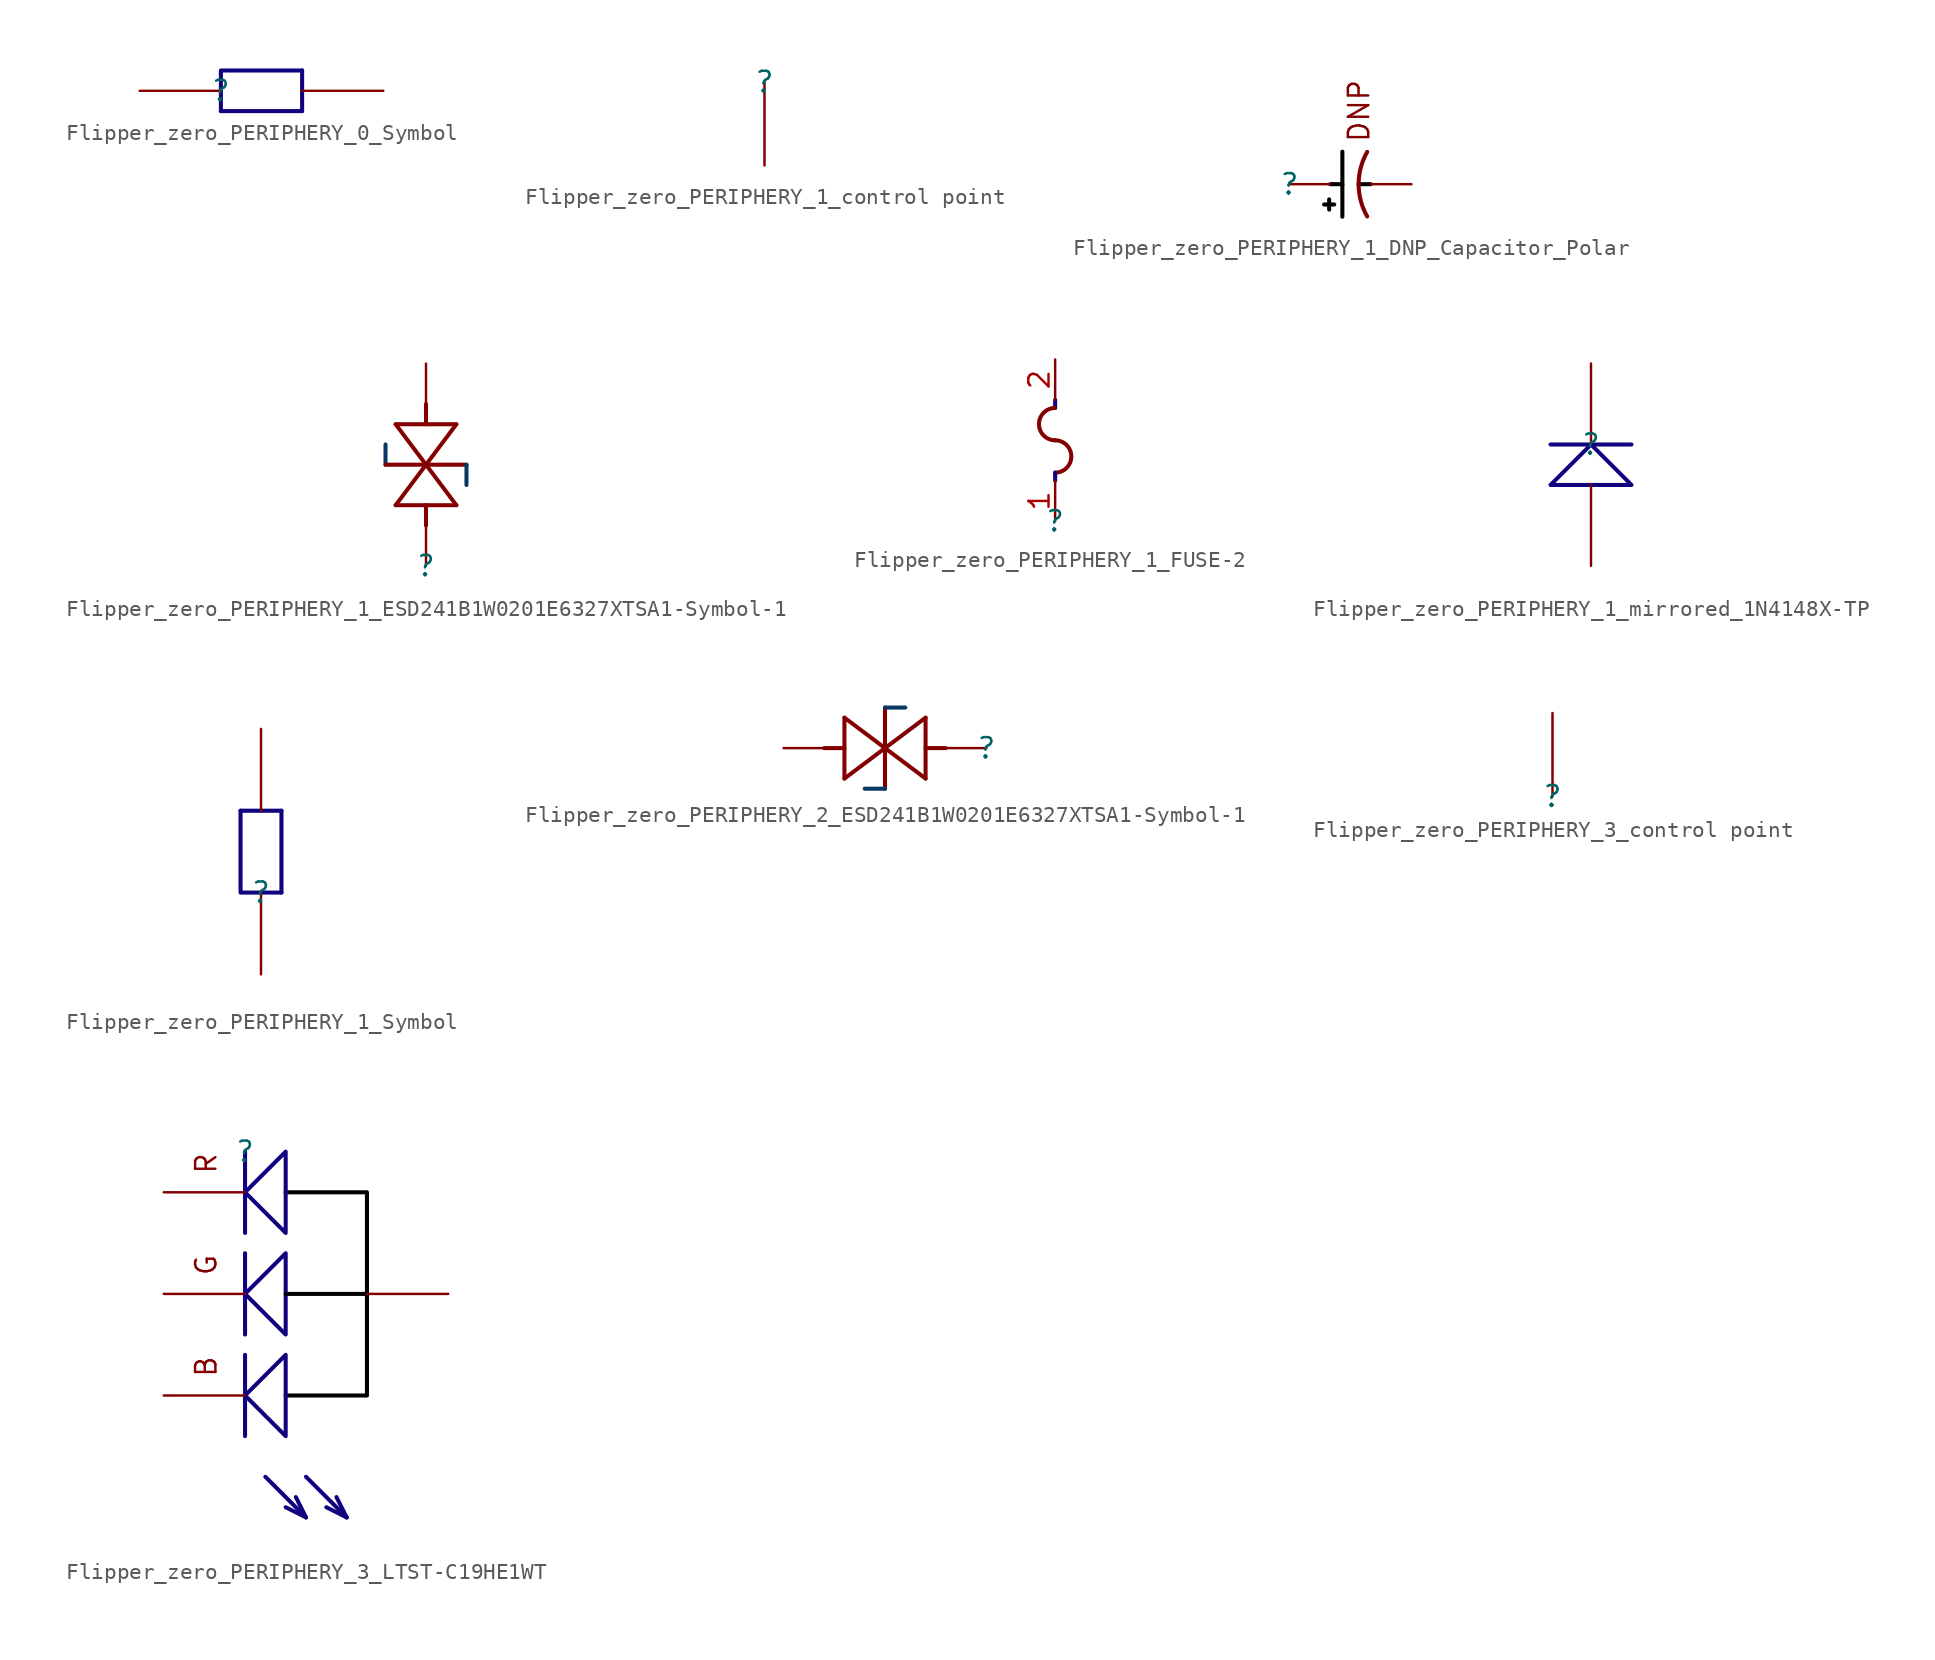
<source format=kicad_sym>
(kicad_symbol_lib
  (version 20220914)
  (generator kicad_symbol_editor)
  (symbol "Flipper_zero_PERIPHERY_0_Symbol"
    (property "Reference" ""
      (at 0 0 0)
      (effects (font (size 1.27 1.27))))
    (property "Value" ""
      (at 0 0 0)
      (effects (font (size 1.27 1.27))))
    (symbol "Flipper_zero_PERIPHERY_0_Symbol_1_0"
      (polyline (pts (xy 0 -1.27) (xy 5.08 -1.27)) (stroke (width 0.254) (type solid) (color 17 3 127 1)) (fill (type none)))
      (polyline (pts (xy 5.08 1.27) (xy 5.08 -1.27)) (stroke (width 0.254) (type solid) (color 17 3 127 1)) (fill (type none)))
      (polyline (pts (xy 0 -1.27) (xy 0 1.27) (xy 5.08 1.27)) (stroke (width 0.254) (type solid) (color 17 3 127 1)) (fill (type none)))
      (pin passive line (at 10.16 0 180) (length 5.08) (name "1" (effects (font (size 0 0)))) (number "1" (effects (font (size 0 0)))))
      (pin passive line (at -5.08 0 0) (length 5.08) (name "2" (effects (font (size 0 0)))) (number "2" (effects (font (size 0 0)))))))
  (symbol "Flipper_zero_PERIPHERY_1_control point"
    (property "Reference" ""
      (at 0 0 0)
      (effects (font (size 1.27 1.27))))
    (property "Value" ""
      (at 0 0 0)
      (effects (font (size 1.27 1.27))))
    (symbol "Flipper_zero_PERIPHERY_1_control point_1_0"
      (pin passive line (at 0 -5.08 90) (length 5.08) (name "1" (effects (font (size 0 0)))) (number "1" (effects (font (size 0 0)))))))
  (symbol "Flipper_zero_PERIPHERY_1_DNP_Capacitor_Polar"
    (property "Reference" ""
      (at 0 0 0)
      (effects (font (size 1.27 1.27))))
    (property "Value" ""
      (at 0 0 0)
      (effects (font (size 1.27 1.27))))
    (symbol "Flipper_zero_PERIPHERY_1_DNP_Capacitor_Polar_1_0"
      (polyline (pts (xy 2.159 -1.27) (xy 2.794 -1.27)) (stroke (width 0.254) (type solid) (color 0 0 0 1)) (fill (type none)))
      (polyline (pts (xy 2.477 -1.587) (xy 2.477 -0.952)) (stroke (width 0.254) (type solid) (color 0 0 0 1)) (fill (type none)))
      (polyline (pts (xy 2.54 0) (xy 3.302 0)) (stroke (width 0.254) (type solid) (color 0 0 0 1)) (fill (type none)))
      (polyline (pts (xy 3.302 -2.032) (xy 3.302 2.032)) (stroke (width 0.254) (type solid) (color 0 0 0 1)) (fill (type none)))
      (polyline (pts (xy 4.318 0) (xy 5.08 0)) (stroke (width 0.254) (type solid) (color 0 0 0 1)) (fill (type none)))
      (arc (start 4.318 0) (mid 4.4541 -1.0431) (end 4.8535 -2.0163) (stroke (width 0.254) (type solid)) (fill (type none)))
      (arc (start 4.8535 2.0163) (mid 4.4542 1.0431) (end 4.318 0) (stroke (width 0.254) (type solid)) (fill (type none)))
      (text "DNP" (at 5.08 2.54 900) (effects (font (size 1.27 1.27)) (justify left bottom)))
      (pin passive line (at 0 0 0) (length 2.54) (name "1" (effects (font (size 0 0)))) (number "1" (effects (font (size 0 0)))))
      (pin passive line (at 7.62 0 180) (length 2.54) (name "2" (effects (font (size 0 0)))) (number "2" (effects (font (size 0 0)))))))
  (symbol "Flipper_zero_PERIPHERY_1_ESD241B1W0201E6327XTSA1-Symbol-1"
    (property "Reference" ""
      (at 0 0 0)
      (effects (font (size 1.27 1.27))))
    (property "Value" ""
      (at 0 0 0)
      (effects (font (size 1.27 1.27))))
    (symbol "Flipper_zero_PERIPHERY_1_ESD241B1W0201E6327XTSA1-Symbol-1_1_0"
      (polyline (pts (xy -2.54 6.35) (xy -2.54 7.62)) (stroke (width 0.254) (type solid) (color 7 55 99 1)) (fill (type none)))
      (polyline (pts (xy -1.905 3.81) (xy 1.905 3.81)) (stroke (width 0.254) (type solid)) (fill (type none)))
      (polyline (pts (xy -1.905 8.89) (xy 1.905 8.89)) (stroke (width 0.254) (type solid)) (fill (type none)))
      (polyline (pts (xy 0 2.54) (xy 0 3.81)) (stroke (width 0.254) (type solid)) (fill (type none)))
      (polyline (pts (xy 0 6.35) (xy -1.905 3.81)) (stroke (width 0.254) (type solid)) (fill (type none)))
      (polyline (pts (xy 0 6.35) (xy -1.905 8.89)) (stroke (width 0.254) (type solid)) (fill (type none)))
      (polyline (pts (xy 0 8.89) (xy 0 10.16)) (stroke (width 0.254) (type solid)) (fill (type none)))
      (polyline (pts (xy 1.905 3.81) (xy 0 6.35)) (stroke (width 0.254) (type solid)) (fill (type none)))
      (polyline (pts (xy 1.905 8.89) (xy 0 6.35)) (stroke (width 0.254) (type solid)) (fill (type none)))
      (polyline (pts (xy 2.54 5.08) (xy 2.54 6.35)) (stroke (width 0.254) (type solid) (color 7 55 99 1)) (fill (type none)))
      (polyline (pts (xy 2.54 6.35) (xy -2.54 6.35)) (stroke (width 0.254) (type solid)) (fill (type none)))
      (pin passive line (at 0 12.7 270) (length 2.54) (name "1" (effects (font (size 0 0)))) (number "1" (effects (font (size 0 0)))))
      (pin passive line (at 0 0 90) (length 2.54) (name "2" (effects (font (size 0 0)))) (number "2" (effects (font (size 0 0)))))))
  (symbol "Flipper_zero_PERIPHERY_1_FUSE-2"
    (property "Reference" ""
      (at 0 0 0)
      (effects (font (size 1.27 1.27))))
    (property "Value" ""
      (at 0 0 0)
      (effects (font (size 1.27 1.27))))
    (symbol "Flipper_zero_PERIPHERY_1_FUSE-2_1_0"
      (polyline (pts (xy 0 3.048) (xy 0 2.54)) (stroke (width 0.254) (type solid) (color 17 3 127 1)) (fill (type none)))
      (polyline (pts (xy 0 7.112) (xy 0 7.62)) (stroke (width 0.254) (type solid) (color 17 3 127 1)) (fill (type none)))
      (arc (start 0 3.048) (mid 1.016 4.064) (end 0 5.08) (stroke (width 0.254) (type solid)) (fill (type none)))
      (arc (start 0 7.112) (mid -1.016 6.096) (end 0 5.08) (stroke (width 0.254) (type solid)) (fill (type none)))
      (pin passive line (at 0 0 90) (length 2.54) (name "1" (effects (font (size 0 0)))) (number "1" (effects (font (size 1.27 1.27)))))
      (pin passive line (at 0 10.16 270) (length 2.54) (name "2" (effects (font (size 0 0)))) (number "2" (effects (font (size 1.27 1.27)))))))
  (symbol "Flipper_zero_PERIPHERY_1_mirrored_1N4148X-TP"
    (property "Reference" ""
      (at 0 0 0)
      (effects (font (size 1.27 1.27))))
    (property "Value" ""
      (at 0 0 0)
      (effects (font (size 1.27 1.27))))
    (symbol "Flipper_zero_PERIPHERY_1_mirrored_1N4148X-TP_1_0"
      (polyline (pts (xy 2.54 0) (xy -2.54 0)) (stroke (width 0.254) (type solid) (color 17 3 127 1)) (fill (type none)))
      (polyline (pts (xy 2.54 -2.54) (xy -2.54 -2.54) (xy 0 0) (xy 2.54 -2.54)) (stroke (width 0.254) (type solid) (color 17 3 127 1)) (fill (type none)))
      (pin passive line (at 0 5.08 270) (length 5.08) (name "1" (effects (font (size 0 0)))) (number "1" (effects (font (size 0 0)))))
      (pin passive line (at 0 -7.62 90) (length 5.08) (name "2" (effects (font (size 0 0)))) (number "2" (effects (font (size 0 0)))))))
  (symbol "Flipper_zero_PERIPHERY_1_Symbol"
    (property "Reference" ""
      (at 0 0 0)
      (effects (font (size 1.27 1.27))))
    (property "Value" ""
      (at 0 0 0)
      (effects (font (size 1.27 1.27))))
    (symbol "Flipper_zero_PERIPHERY_1_Symbol_1_0"
      (polyline (pts (xy -1.27 5.08) (xy 1.27 5.08)) (stroke (width 0.254) (type solid) (color 17 3 127 1)) (fill (type none)))
      (polyline (pts (xy 1.27 0) (xy 1.27 5.08)) (stroke (width 0.254) (type solid) (color 17 3 127 1)) (fill (type none)))
      (polyline (pts (xy 1.27 0) (xy -1.27 0) (xy -1.27 5.08)) (stroke (width 0.254) (type solid) (color 17 3 127 1)) (fill (type none)))
      (pin passive line (at 0 10.16 270) (length 5.08) (name "1" (effects (font (size 0 0)))) (number "1" (effects (font (size 0 0)))))
      (pin passive line (at 0 -5.08 90) (length 5.08) (name "2" (effects (font (size 0 0)))) (number "2" (effects (font (size 0 0)))))))
  (symbol "Flipper_zero_PERIPHERY_2_ESD241B1W0201E6327XTSA1-Symbol-1"
    (property "Reference" ""
      (at 0 0 0)
      (effects (font (size 1.27 1.27))))
    (property "Value" ""
      (at 0 0 0)
      (effects (font (size 1.27 1.27))))
    (symbol "Flipper_zero_PERIPHERY_2_ESD241B1W0201E6327XTSA1-Symbol-1_1_0"
      (polyline (pts (xy -8.89 -1.905) (xy -8.89 1.905)) (stroke (width 0.254) (type solid)) (fill (type none)))
      (polyline (pts (xy -8.89 0) (xy -10.16 0)) (stroke (width 0.254) (type solid)) (fill (type none)))
      (polyline (pts (xy -8.89 1.905) (xy -6.35 0)) (stroke (width 0.254) (type solid)) (fill (type none)))
      (polyline (pts (xy -6.35 -2.54) (xy -7.62 -2.54)) (stroke (width 0.254) (type solid) (color 7 55 99 1)) (fill (type none)))
      (polyline (pts (xy -6.35 0) (xy -8.89 -1.905)) (stroke (width 0.254) (type solid)) (fill (type none)))
      (polyline (pts (xy -6.35 0) (xy -3.81 -1.905)) (stroke (width 0.254) (type solid)) (fill (type none)))
      (polyline (pts (xy -6.35 2.54) (xy -6.35 -2.54)) (stroke (width 0.254) (type solid)) (fill (type none)))
      (polyline (pts (xy -5.08 2.54) (xy -6.35 2.54)) (stroke (width 0.254) (type solid) (color 7 55 99 1)) (fill (type none)))
      (polyline (pts (xy -3.81 -1.905) (xy -3.81 1.905)) (stroke (width 0.254) (type solid)) (fill (type none)))
      (polyline (pts (xy -3.81 1.905) (xy -6.35 0)) (stroke (width 0.254) (type solid)) (fill (type none)))
      (polyline (pts (xy -2.54 0) (xy -3.81 0)) (stroke (width 0.254) (type solid)) (fill (type none)))
      (pin passive line (at -12.7 0 0) (length 2.54) (name "1" (effects (font (size 0 0)))) (number "1" (effects (font (size 0 0)))))
      (pin passive line (at 0 0 180) (length 2.54) (name "2" (effects (font (size 0 0)))) (number "2" (effects (font (size 0 0)))))))
  (symbol "Flipper_zero_PERIPHERY_3_control point"
    (property "Reference" ""
      (at 0 0 0)
      (effects (font (size 1.27 1.27))))
    (property "Value" ""
      (at 0 0 0)
      (effects (font (size 1.27 1.27))))
    (symbol "Flipper_zero_PERIPHERY_3_control point_1_0"
      (pin passive line (at 0 5.08 270) (length 5.08) (name "1" (effects (font (size 0 0)))) (number "1" (effects (font (size 0 0)))))))
  (symbol "Flipper_zero_PERIPHERY_3_LTST-C19HE1WT"
    (property "Reference" ""
      (at 0 0 0)
      (effects (font (size 1.27 1.27))))
    (property "Value" ""
      (at 0 0 0)
      (effects (font (size 1.27 1.27))))
    (symbol "Flipper_zero_PERIPHERY_3_LTST-C19HE1WT_1_0"
      (polyline (pts (xy 0 -17.78) (xy 0 -12.7)) (stroke (width 0.254) (type solid) (color 17 3 127 1)) (fill (type none)))
      (polyline (pts (xy 0 -11.43) (xy 0 -6.35)) (stroke (width 0.254) (type solid) (color 17 3 127 1)) (fill (type none)))
      (polyline (pts (xy 0 -5.08) (xy 0 0)) (stroke (width 0.254) (type solid) (color 17 3 127 1)) (fill (type none)))
      (polyline (pts (xy 1.27 -20.32) (xy 3.81 -22.86)) (stroke (width 0.254) (type solid) (color 17 3 127 1)) (fill (type none)))
      (polyline (pts (xy 3.81 -22.86) (xy 2.54 -22.225)) (stroke (width 0.254) (type solid) (color 17 3 127 1)) (fill (type none)))
      (polyline (pts (xy 3.81 -22.86) (xy 3.175 -21.59)) (stroke (width 0.254) (type solid) (color 17 3 127 1)) (fill (type none)))
      (polyline (pts (xy 3.81 -20.32) (xy 6.35 -22.86)) (stroke (width 0.254) (type solid) (color 17 3 127 1)) (fill (type none)))
      (polyline (pts (xy 6.35 -22.86) (xy 5.08 -22.225)) (stroke (width 0.254) (type solid) (color 17 3 127 1)) (fill (type none)))
      (polyline (pts (xy 6.35 -22.86) (xy 5.715 -21.59)) (stroke (width 0.254) (type solid) (color 17 3 127 1)) (fill (type none)))
      (polyline (pts (xy 7.62 -8.89) (xy 2.54 -8.89)) (stroke (width 0.254) (type solid) (color 0 0 0 1)) (fill (type none)))
      (polyline (pts (xy 2.54 -17.78) (xy 2.54 -12.7) (xy 0 -15.24) (xy 2.54 -17.78)) (stroke (width 0.254) (type solid) (color 17 3 127 1)) (fill (type none)))
      (polyline (pts (xy 2.54 -11.43) (xy 2.54 -6.35) (xy 0 -8.89) (xy 2.54 -11.43)) (stroke (width 0.254) (type solid) (color 17 3 127 1)) (fill (type none)))
      (polyline (pts (xy 2.54 -5.08) (xy 2.54 0) (xy 0 -2.54) (xy 2.54 -5.08)) (stroke (width 0.254) (type solid) (color 17 3 127 1)) (fill (type none)))
      (polyline (pts (xy 2.54 -2.54) (xy 7.62 -2.54) (xy 7.62 -15.24) (xy 2.54 -15.24)) (stroke (width 0.254) (type solid) (color 0 0 0 1)) (fill (type none)))
      (text "B" (at -3.175 -12.7 900) (effects (font (size 1.27 1.27)) (justify right top)))
      (text "G" (at -3.175 -6.35 900) (effects (font (size 1.27 1.27)) (justify right top)))
      (text "R" (at -3.175 0 900) (effects (font (size 1.27 1.27)) (justify right top)))
      (pin passive line (at -5.08 -2.54 0) (length 5.08) (name "1" (effects (font (size 0 0)))) (number "1" (effects (font (size 0 0)))))
      (pin passive line (at -5.08 -8.89 0) (length 5.08) (name "2" (effects (font (size 0 0)))) (number "2" (effects (font (size 0 0)))))
      (pin passive line (at -5.08 -15.24 0) (length 5.08) (name "3" (effects (font (size 0 0)))) (number "3" (effects (font (size 0 0)))))
      (pin passive line (at 12.7 -8.89 180) (length 5.08) (name "4" (effects (font (size 0 0)))) (number "4" (effects (font (size 0 0))))))))
</source>
